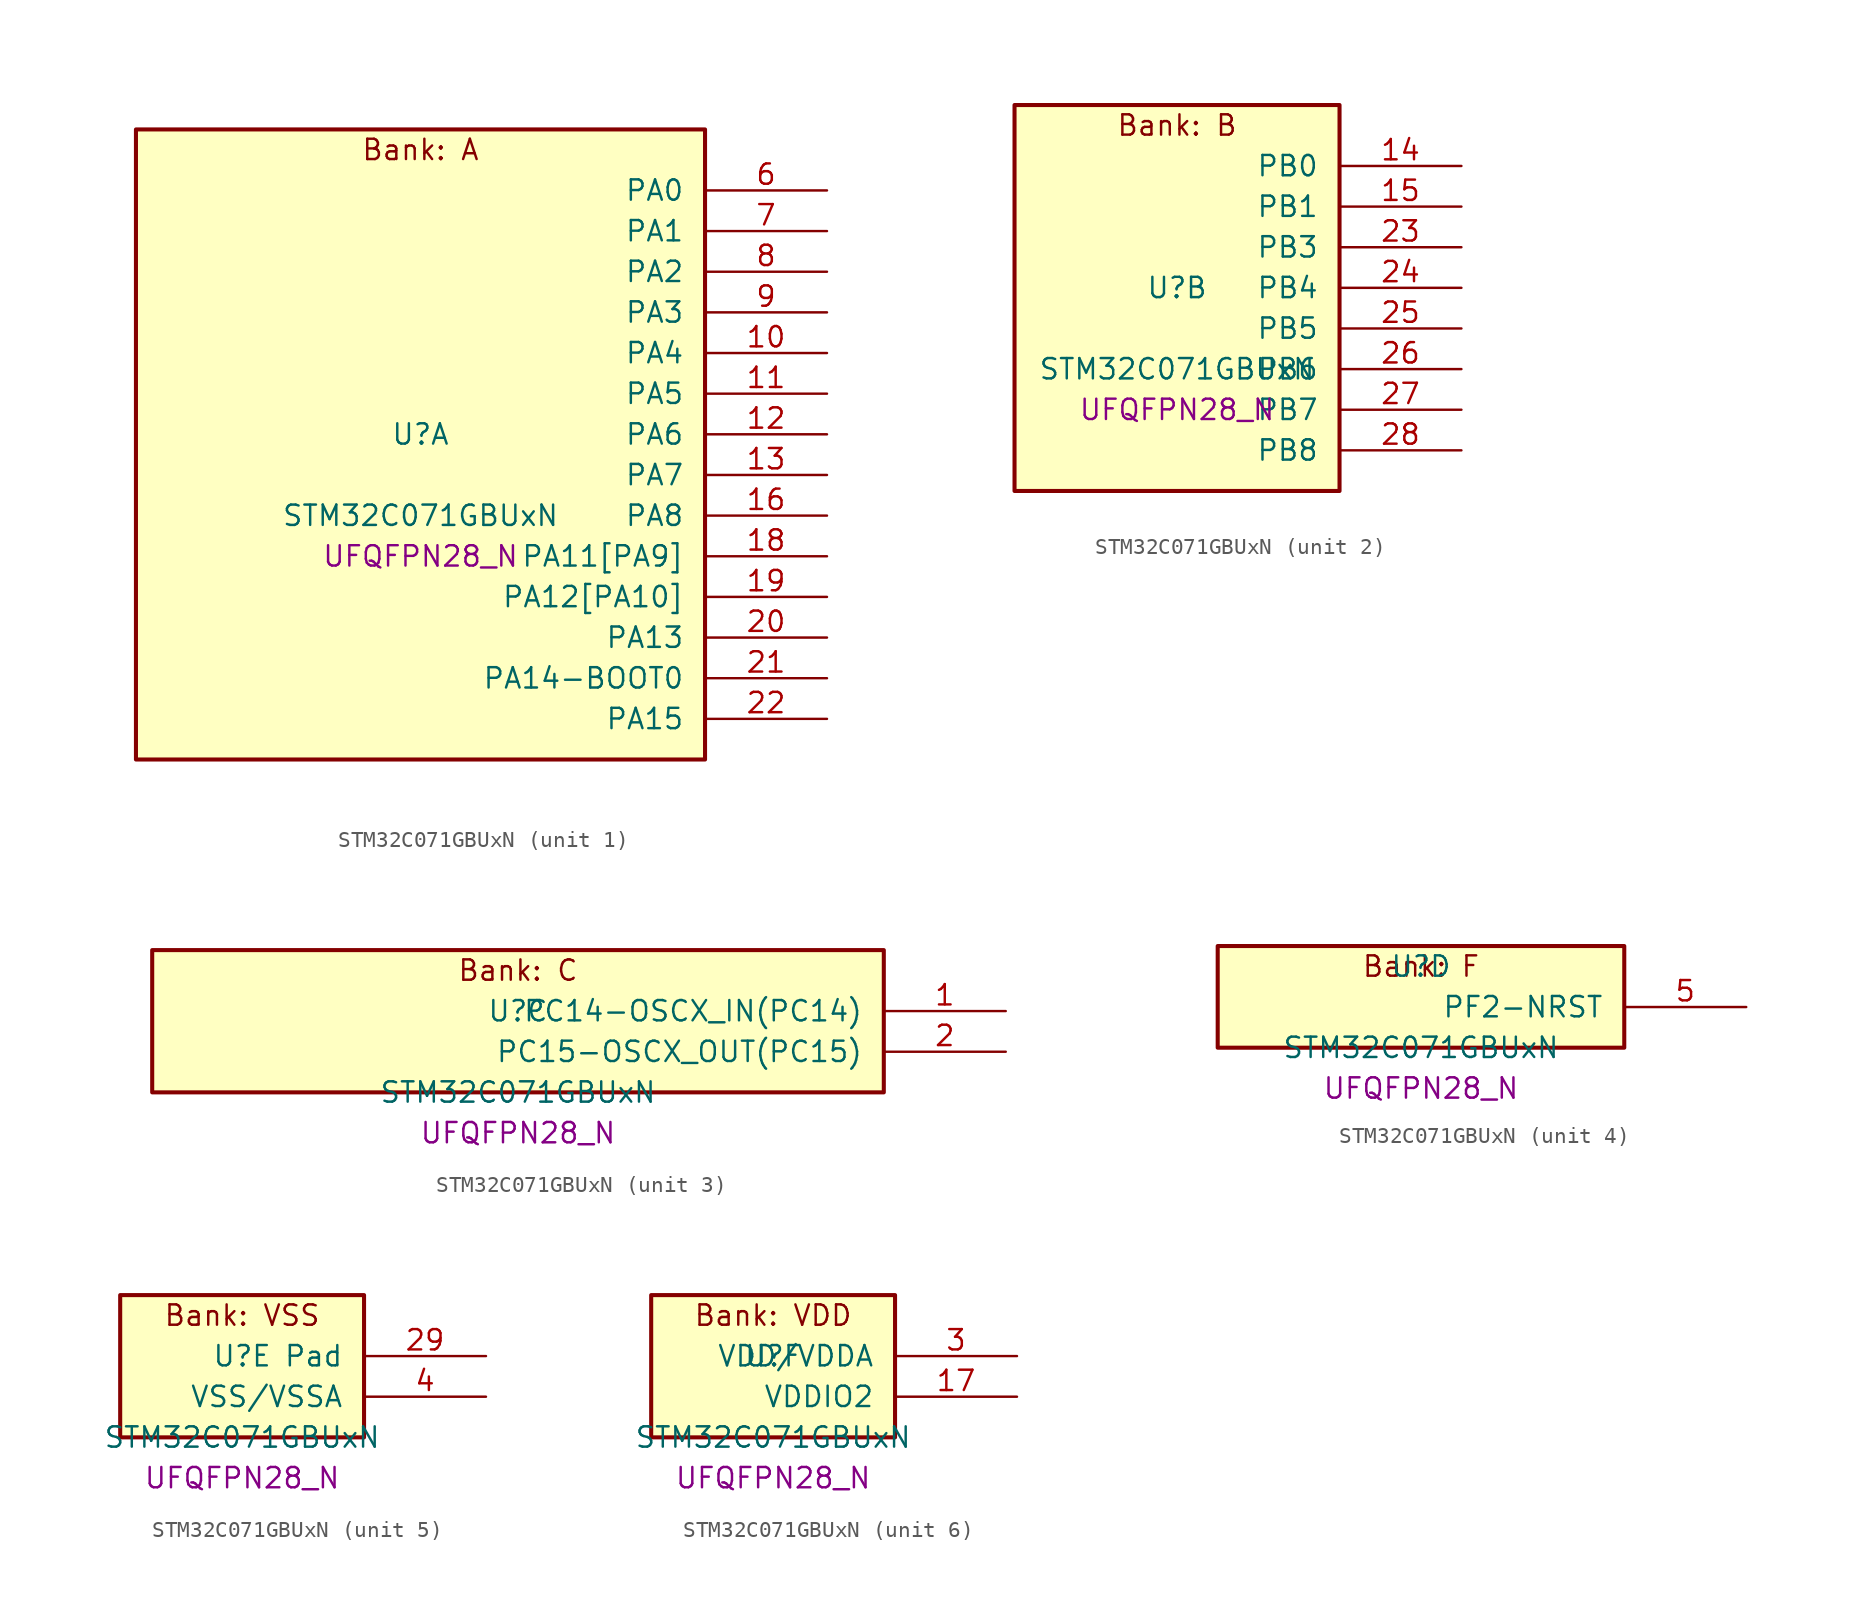
<source format=kicad_sym>
(kicad_symbol_lib
  (version 20241209)
  (generator "stm32_pkl_generator")
  (generator_version "1.0")
  (symbol "STM32C071GBUxN"
    (pin_names
      (offset 1.27))
    (property "Reference" "U"
      (at 0 2.54 0))
    (property "Value" "STM32C071GBUxN"
      (at 0 -2.54 0))
    (property "Footprint" "UFQFPN28_N"
      (at 0 -5.08 0))
    (symbol "STM32C071GBUxN_1_1"
      (rectangle (start -17.78 21.59) (end 17.78 -17.78) (stroke (width 0.254) (type solid)) (fill (type background)))
      (text "Bank: A" (at 0 20.32 0))
      (pin bidirectional line (at 25.4 17.78 180) (length 7.62) (name "PA0") (number "6") (alternate "PA0/ADC1_IN0" bidirectional line) (alternate "PA0/PWR_WKUP1" bidirectional line) (alternate "PA0/SPI2_SCK" bidirectional line) (alternate "PA0/TIM16_CH1" bidirectional line) (alternate "PA0/TIM1_CH1" bidirectional line) (alternate "PA0/TIM2_CH1" bidirectional line) (alternate "PA0/TIM2_ETR" bidirectional line) (alternate "PA0/USART1_TX" bidirectional line) (alternate "PA0/USART2_CTS" bidirectional line) (alternate "PA0/USART2_NSS" bidirectional line))
      (pin bidirectional line (at 25.4 15.24 180) (length 7.62) (name "PA1") (number "7") (alternate "PA1/ADC1_IN1" bidirectional line) (alternate "PA1/I2C1_SMBA" bidirectional line) (alternate "PA1/I2S1_CK" bidirectional line) (alternate "PA1/SPI1_SCK" bidirectional line) (alternate "PA1/TIM17_CH1" bidirectional line) (alternate "PA1/TIM1_CH2" bidirectional line) (alternate "PA1/TIM2_CH2" bidirectional line) (alternate "PA1/USART1_RX" bidirectional line) (alternate "PA1/USART2_CK" bidirectional line) (alternate "PA1/USART2_DE" bidirectional line) (alternate "PA1/USART2_RTS" bidirectional line))
      (pin bidirectional line (at 25.4 12.7 180) (length 7.62) (name "PA2") (number "8") (alternate "PA2/ADC1_IN2" bidirectional line) (alternate "PA2/I2S1_SD" bidirectional line) (alternate "PA2/PWR_WKUP4" bidirectional line) (alternate "PA2/RCC_LSCO" bidirectional line) (alternate "PA2/SPI1_MOSI" bidirectional line) (alternate "PA2/TIM16_CH1N" bidirectional line) (alternate "PA2/TIM1_CH3" bidirectional line) (alternate "PA2/TIM2_CH3" bidirectional line) (alternate "PA2/TIM3_ETR" bidirectional line) (alternate "PA2/USART2_TX" bidirectional line))
      (pin bidirectional line (at 25.4 10.16 180) (length 7.62) (name "PA3") (number "9") (alternate "PA3/ADC1_IN3" bidirectional line) (alternate "PA3/SPI2_MISO" bidirectional line) (alternate "PA3/TIM1_CH1N" bidirectional line) (alternate "PA3/TIM1_CH4" bidirectional line) (alternate "PA3/TIM2_CH4" bidirectional line) (alternate "PA3/USART2_RX" bidirectional line))
      (pin bidirectional line (at 25.4 7.62 180) (length 7.62) (name "PA4") (number "10") (alternate "PA4/ADC1_IN4" bidirectional line) (alternate "PA4/I2S1_WS" bidirectional line) (alternate "PA4/PWR_WKUP2" bidirectional line) (alternate "PA4/RTC_OUT1" bidirectional line) (alternate "PA4/RTC_TS" bidirectional line) (alternate "PA4/SPI1_NSS" bidirectional line) (alternate "PA4/SPI2_MOSI" bidirectional line) (alternate "PA4/TIM14_CH1" bidirectional line) (alternate "PA4/TIM17_CH1N" bidirectional line) (alternate "PA4/TIM1_CH2N" bidirectional line) (alternate "PA4/USART2_TX" bidirectional line) (alternate "PA4/USB_NOE" bidirectional line))
      (pin bidirectional line (at 25.4 5.08 180) (length 7.62) (name "PA5") (number "11") (alternate "PA5/ADC1_IN5" bidirectional line) (alternate "PA5/I2S1_CK" bidirectional line) (alternate "PA5/SPI1_SCK" bidirectional line) (alternate "PA5/TIM1_CH1" bidirectional line) (alternate "PA5/TIM1_CH3N" bidirectional line) (alternate "PA5/TIM2_CH1" bidirectional line) (alternate "PA5/TIM2_ETR" bidirectional line) (alternate "PA5/USART2_RX" bidirectional line))
      (pin bidirectional line (at 25.4 2.54 180) (length 7.62) (name "PA6") (number "12") (alternate "PA6/ADC1_IN6" bidirectional line) (alternate "PA6/I2C2_SDA" bidirectional line) (alternate "PA6/I2S1_MCK" bidirectional line) (alternate "PA6/SPI1_MISO" bidirectional line) (alternate "PA6/TIM16_CH1" bidirectional line) (alternate "PA6/TIM1_BKIN" bidirectional line) (alternate "PA6/TIM3_CH1" bidirectional line))
      (pin bidirectional line (at 25.4 0 180) (length 7.62) (name "PA7") (number "13") (alternate "PA7/ADC1_IN7" bidirectional line) (alternate "PA7/I2C2_SCL" bidirectional line) (alternate "PA7/I2S1_SD" bidirectional line) (alternate "PA7/SPI1_MOSI" bidirectional line) (alternate "PA7/TIM14_CH1" bidirectional line) (alternate "PA7/TIM17_CH1" bidirectional line) (alternate "PA7/TIM1_CH1N" bidirectional line) (alternate "PA7/TIM3_CH2" bidirectional line))
      (pin bidirectional line (at 25.4 -2.54 180) (length 7.62) (name "PA8") (number "16") (alternate "PA8/ADC1_IN8" bidirectional line) (alternate "PA8/CRS_SYNC" bidirectional line) (alternate "PA8/I2S1_WS" bidirectional line) (alternate "PA8/RCC_MCO" bidirectional line) (alternate "PA8/RCC_MCO_2" bidirectional line) (alternate "PA8/SPI1_NSS" bidirectional line) (alternate "PA8/SPI2_MISO" bidirectional line) (alternate "PA8/SPI2_NSS" bidirectional line) (alternate "PA8/TIM14_CH1" bidirectional line) (alternate "PA8/TIM1_CH1" bidirectional line) (alternate "PA8/TIM1_CH2N" bidirectional line) (alternate "PA8/TIM1_CH3N" bidirectional line) (alternate "PA8/TIM3_CH3" bidirectional line) (alternate "PA8/TIM3_CH4" bidirectional line) (alternate "PA8/USART1_RX" bidirectional line) (alternate "PA8/USART2_TX" bidirectional line))
      (pin bidirectional line (at 25.4 -5.08 180) (length 7.62) (name "PA11[PA9]") (number "18") (alternate "PA11[PA9]/ADC1_EXTI11" bidirectional line) (alternate "PA11[PA9]/I2C2_SCL" bidirectional line) (alternate "PA11[PA9]/I2S1_MCK" bidirectional line) (alternate "PA11[PA9]/SPI1_MISO" bidirectional line) (alternate "PA11[PA9]/TIM1_BKIN2" bidirectional line) (alternate "PA11[PA9]/TIM1_CH4" bidirectional line) (alternate "PA11[PA9]/USART1_CTS" bidirectional line) (alternate "PA11[PA9]/USART1_NSS" bidirectional line) (alternate "PA11[PA9]/USB_DM" bidirectional line) (alternate "PA11[PA9]/PA9[PA11]" bidirectional line) (alternate "PA11[PA9]/I2C1_SCL" bidirectional line) (alternate "PA11[PA9]/RCC_MCO" bidirectional line) (alternate "PA11[PA9]/SPI2_MISO" bidirectional line) (alternate "PA11[PA9]/TIM1_CH2" bidirectional line) (alternate "PA11[PA9]/TIM3_ETR" bidirectional line) (alternate "PA11[PA9]/USART1_TX" bidirectional line))
      (pin bidirectional line (at 25.4 -7.62 180) (length 7.62) (name "PA12[PA10]") (number "19") (alternate "PA12[PA10]/I2C2_SDA" bidirectional line) (alternate "PA12[PA10]/I2S1_SD" bidirectional line) (alternate "PA12[PA10]/I2S_CKIN" bidirectional line) (alternate "PA12[PA10]/SPI1_MOSI" bidirectional line) (alternate "PA12[PA10]/TIM1_ETR" bidirectional line) (alternate "PA12[PA10]/USART1_CK" bidirectional line) (alternate "PA12[PA10]/USART1_DE" bidirectional line) (alternate "PA12[PA10]/USART1_RTS" bidirectional line) (alternate "PA12[PA10]/USB_DP" bidirectional line) (alternate "PA12[PA10]/PA10[PA12]" bidirectional line) (alternate "PA12[PA10]/I2C1_SDA" bidirectional line) (alternate "PA12[PA10]/RCC_MCO_2" bidirectional line) (alternate "PA12[PA10]/SPI2_MOSI" bidirectional line) (alternate "PA12[PA10]/TIM17_BKIN" bidirectional line) (alternate "PA12[PA10]/TIM1_CH3" bidirectional line) (alternate "PA12[PA10]/USART1_RX" bidirectional line))
      (pin bidirectional line (at 25.4 -10.16 180) (length 7.62) (name "PA13") (number "20") (alternate "PA13/ADC1_IN13" bidirectional line) (alternate "PA13/DEBUG_SWDIO" bidirectional line) (alternate "PA13/IR_OUT" bidirectional line) (alternate "PA13/TIM3_ETR" bidirectional line) (alternate "PA13/USART2_RX" bidirectional line) (alternate "PA13/USB_NOE" bidirectional line))
      (pin bidirectional line (at 25.4 -12.7 180) (length 7.62) (name "PA14-BOOT0") (number "21") (alternate "PA14-BOOT0/ADC1_IN14" bidirectional line) (alternate "PA14-BOOT0/DEBUG_SWCLK" bidirectional line) (alternate "PA14-BOOT0/I2S1_WS" bidirectional line) (alternate "PA14-BOOT0/RCC_MCO_2" bidirectional line) (alternate "PA14-BOOT0/SPI1_NSS" bidirectional line) (alternate "PA14-BOOT0/TIM1_CH1" bidirectional line) (alternate "PA14-BOOT0/USART1_CK" bidirectional line) (alternate "PA14-BOOT0/USART1_DE" bidirectional line) (alternate "PA14-BOOT0/USART1_RTS" bidirectional line) (alternate "PA14-BOOT0/USART2_RX" bidirectional line) (alternate "PA14-BOOT0/USART2_TX" bidirectional line))
      (pin bidirectional line (at 25.4 -15.24 180) (length 7.62) (name "PA15") (number "22") (alternate "PA15/I2S1_WS" bidirectional line) (alternate "PA15/RCC_MCO_2" bidirectional line) (alternate "PA15/SPI1_NSS" bidirectional line) (alternate "PA15/TIM1_CH1" bidirectional line) (alternate "PA15/TIM2_CH1" bidirectional line) (alternate "PA15/TIM2_ETR" bidirectional line) (alternate "PA15/USART1_CK" bidirectional line) (alternate "PA15/USART1_DE" bidirectional line) (alternate "PA15/USART1_RTS" bidirectional line) (alternate "PA15/USART2_RX" bidirectional line) (alternate "PA15/USB_NOE" bidirectional line)))
    (symbol "STM32C071GBUxN_2_1"
      (rectangle (start -10.16 13.97) (end 10.16 -10.16) (stroke (width 0.254) (type solid)) (fill (type background)))
      (text "Bank: B" (at 0 12.7 0))
      (pin bidirectional line (at 17.78 10.16 180) (length 7.62) (name "PB0") (number "14") (alternate "PB0/ADC1_IN17" bidirectional line) (alternate "PB0/I2S1_WS" bidirectional line) (alternate "PB0/SPI1_NSS" bidirectional line) (alternate "PB0/TIM1_CH2N" bidirectional line) (alternate "PB0/TIM3_CH3" bidirectional line))
      (pin bidirectional line (at 17.78 7.62 180) (length 7.62) (name "PB1") (number "15") (alternate "PB1/ADC1_IN18" bidirectional line) (alternate "PB1/TIM14_CH1" bidirectional line) (alternate "PB1/TIM1_CH2N" bidirectional line) (alternate "PB1/TIM1_CH3N" bidirectional line) (alternate "PB1/TIM3_CH4" bidirectional line))
      (pin bidirectional line (at 17.78 5.08 180) (length 7.62) (name "PB3") (number "23") (alternate "PB3/I2C2_SCL" bidirectional line) (alternate "PB3/I2S1_CK" bidirectional line) (alternate "PB3/SPI1_SCK" bidirectional line) (alternate "PB3/TIM1_CH2" bidirectional line) (alternate "PB3/TIM2_CH2" bidirectional line) (alternate "PB3/TIM3_CH2" bidirectional line) (alternate "PB3/USART1_CK" bidirectional line) (alternate "PB3/USART1_DE" bidirectional line) (alternate "PB3/USART1_RTS" bidirectional line))
      (pin bidirectional line (at 17.78 2.54 180) (length 7.62) (name "PB4") (number "24") (alternate "PB4/I2C2_SDA" bidirectional line) (alternate "PB4/I2S1_MCK" bidirectional line) (alternate "PB4/SPI1_MISO" bidirectional line) (alternate "PB4/TIM17_BKIN" bidirectional line) (alternate "PB4/TIM3_CH1" bidirectional line) (alternate "PB4/USART1_CTS" bidirectional line) (alternate "PB4/USART1_NSS" bidirectional line))
      (pin bidirectional line (at 17.78 0 180) (length 7.62) (name "PB5") (number "25") (alternate "PB5/I2C1_SMBA" bidirectional line) (alternate "PB5/I2S1_SD" bidirectional line) (alternate "PB5/PWR_WKUP6" bidirectional line) (alternate "PB5/SPI1_MOSI" bidirectional line) (alternate "PB5/TIM16_BKIN" bidirectional line) (alternate "PB5/TIM3_CH2" bidirectional line) (alternate "PB5/TIM3_CH3" bidirectional line))
      (pin bidirectional line (at 17.78 -2.54 180) (length 7.62) (name "PB6") (number "26") (alternate "PB6/I2C1_SCL" bidirectional line) (alternate "PB6/I2C1_SMBA" bidirectional line) (alternate "PB6/I2S1_CK" bidirectional line) (alternate "PB6/I2S1_MCK" bidirectional line) (alternate "PB6/I2S1_SD" bidirectional line) (alternate "PB6/PWR_WKUP3" bidirectional line) (alternate "PB6/SPI1_MISO" bidirectional line) (alternate "PB6/SPI1_MOSI" bidirectional line) (alternate "PB6/SPI1_SCK" bidirectional line) (alternate "PB6/SPI2_MISO" bidirectional line) (alternate "PB6/TIM16_BKIN" bidirectional line) (alternate "PB6/TIM16_CH1N" bidirectional line) (alternate "PB6/TIM17_BKIN" bidirectional line) (alternate "PB6/TIM1_CH2" bidirectional line) (alternate "PB6/TIM1_CH3" bidirectional line) (alternate "PB6/TIM3_CH1" bidirectional line) (alternate "PB6/TIM3_CH2" bidirectional line) (alternate "PB6/TIM3_CH3" bidirectional line) (alternate "PB6/USART1_CTS" bidirectional line) (alternate "PB6/USART1_NSS" bidirectional line) (alternate "PB6/USART1_TX" bidirectional line))
      (pin bidirectional line (at 17.78 -5.08 180) (length 7.62) (name "PB7") (number "27") (alternate "PB7/I2C1_SCL" bidirectional line) (alternate "PB7/I2C1_SDA" bidirectional line) (alternate "PB7/RTC_REFIN" bidirectional line) (alternate "PB7/SPI2_MOSI" bidirectional line) (alternate "PB7/TIM16_CH1" bidirectional line) (alternate "PB7/TIM17_CH1N" bidirectional line) (alternate "PB7/TIM1_CH4" bidirectional line) (alternate "PB7/TIM3_CH1" bidirectional line) (alternate "PB7/TIM3_CH4" bidirectional line) (alternate "PB7/USART1_RX" bidirectional line) (alternate "PB7/USART2_CTS" bidirectional line) (alternate "PB7/USART2_NSS" bidirectional line))
      (pin bidirectional line (at 17.78 -7.62 180) (length 7.62) (name "PB8") (number "28") (alternate "PB8/I2C1_SCL" bidirectional line) (alternate "PB8/SPI2_SCK" bidirectional line) (alternate "PB8/TIM16_CH1" bidirectional line) (alternate "PB8/TIM3_CH1" bidirectional line) (alternate "PB8/USART2_CTS" bidirectional line) (alternate "PB8/USART2_NSS" bidirectional line)))
    (symbol "STM32C071GBUxN_3_1"
      (rectangle (start -22.86 6.35) (end 22.86 -2.54) (stroke (width 0.254) (type solid)) (fill (type background)))
      (text "Bank: C" (at 0 5.08 0))
      (pin bidirectional line (at 30.48 2.54 180) (length 7.62) (name "PC14-OSCX_IN(PC14)") (number "1") (alternate "PC14-OSCX_IN(PC14)/I2C1_SDA" bidirectional line) (alternate "PC14-OSCX_IN(PC14)/IR_OUT" bidirectional line) (alternate "PC14-OSCX_IN(PC14)/RCC_OSCX_IN" bidirectional line) (alternate "PC14-OSCX_IN(PC14)/SPI2_NSS" bidirectional line) (alternate "PC14-OSCX_IN(PC14)/TIM17_CH1" bidirectional line) (alternate "PC14-OSCX_IN(PC14)/TIM1_BKIN2" bidirectional line) (alternate "PC14-OSCX_IN(PC14)/TIM1_ETR" bidirectional line) (alternate "PC14-OSCX_IN(PC14)/TIM3_CH2" bidirectional line) (alternate "PC14-OSCX_IN(PC14)/USART1_TX" bidirectional line) (alternate "PC14-OSCX_IN(PC14)/USART2_CK" bidirectional line) (alternate "PC14-OSCX_IN(PC14)/USART2_DE" bidirectional line) (alternate "PC14-OSCX_IN(PC14)/USART2_RTS" bidirectional line))
      (pin bidirectional line (at 30.48 0 180) (length 7.62) (name "PC15-OSCX_OUT(PC15)") (number "2") (alternate "PC15-OSCX_OUT(PC15)/RCC_OSC32_EN" bidirectional line) (alternate "PC15-OSCX_OUT(PC15)/RCC_OSCX_OUT" bidirectional line) (alternate "PC15-OSCX_OUT(PC15)/RCC_OSC_EN" bidirectional line) (alternate "PC15-OSCX_OUT(PC15)/TIM1_ETR" bidirectional line) (alternate "PC15-OSCX_OUT(PC15)/TIM3_CH3" bidirectional line)))
    (symbol "STM32C071GBUxN_4_1"
      (rectangle (start -12.7 3.81) (end 12.7 -2.54) (stroke (width 0.254) (type solid)) (fill (type background)))
      (text "Bank: F" (at 0 2.54 0))
      (pin bidirectional line (at 20.32 0 180) (length 7.62) (name "PF2-NRST") (number "5") (alternate "PF2-NRST/RCC_MCO" bidirectional line) (alternate "PF2-NRST/TIM1_CH4" bidirectional line)))
    (symbol "STM32C071GBUxN_5_1"
      (rectangle (start -7.62 6.35) (end 7.62 -2.54) (stroke (width 0.254) (type solid)) (fill (type background)))
      (text "Bank: VSS" (at 0 5.08 0))
      (pin passive line (at 15.24 2.54 180) (length 7.62) (name "Pad") (number "29"))
      (pin power_in line (at 15.24 0 180) (length 7.62) (name "VSS/VSSA") (number "4")))
    (symbol "STM32C071GBUxN_6_1"
      (rectangle (start -7.62 6.35) (end 7.62 -2.54) (stroke (width 0.254) (type solid)) (fill (type background)))
      (text "Bank: VDD" (at 0 5.08 0))
      (pin power_in line (at 15.24 2.54 180) (length 7.62) (name "VDD/VDDA") (number "3"))
      (pin power_in line (at 15.24 0 180) (length 7.62) (name "VDDIO2") (number "17")))))
</source>
